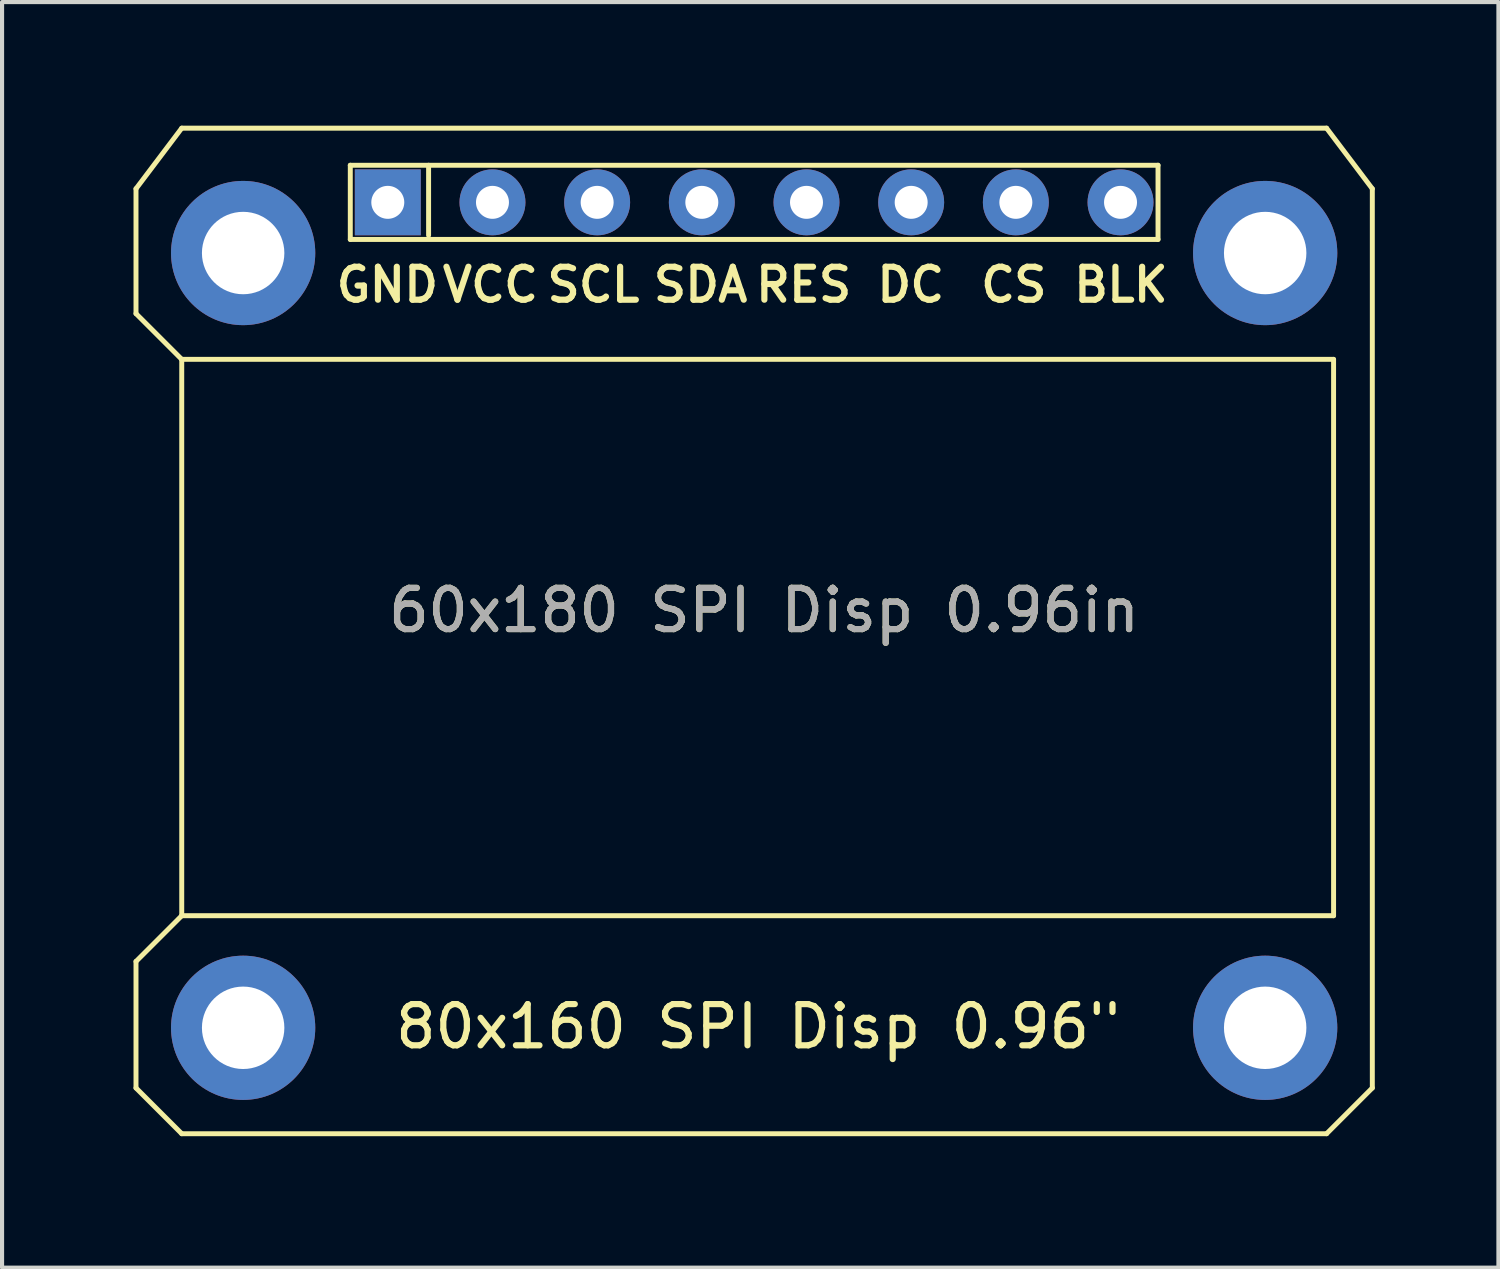
<source format=kicad_pcb>
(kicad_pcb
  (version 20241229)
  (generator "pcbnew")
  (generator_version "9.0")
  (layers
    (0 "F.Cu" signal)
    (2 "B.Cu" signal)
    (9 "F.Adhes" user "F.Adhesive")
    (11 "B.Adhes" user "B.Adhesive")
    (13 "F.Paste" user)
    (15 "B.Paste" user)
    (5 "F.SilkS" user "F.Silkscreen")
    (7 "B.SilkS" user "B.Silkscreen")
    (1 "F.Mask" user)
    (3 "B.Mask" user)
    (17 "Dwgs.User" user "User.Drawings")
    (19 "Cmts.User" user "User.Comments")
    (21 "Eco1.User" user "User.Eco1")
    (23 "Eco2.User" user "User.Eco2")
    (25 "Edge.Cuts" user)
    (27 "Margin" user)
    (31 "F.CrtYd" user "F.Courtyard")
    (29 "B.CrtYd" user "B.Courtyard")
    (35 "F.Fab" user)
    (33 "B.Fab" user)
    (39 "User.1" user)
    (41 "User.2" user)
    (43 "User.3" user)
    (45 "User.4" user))
  (footprint "60x180 SPI Disp 0.96in"
    (layer "F.Cu")
    (at 0.25 24.46)
    (property "Reference" "60x180 SPI Disp 0.96in" (at 15.24 -12.7 0) (unlocked yes) (layer "F.SilkS") (effects (font (size 1 1) (thickness 0.15))))
    (attr smd)
    (fp_line (start 0 -22.93) (end 0 -19.9) (stroke (width 0.12) (type solid)) (layer "F.SilkS"))
    (fp_line (start 0 -1.11) (end 0 -4.18) (stroke (width 0.12) (type solid)) (layer "F.SilkS"))
    (fp_line (start 0 -1.11) (end 1.11 0) (stroke (width 0.12) (type solid)) (layer "F.SilkS"))
    (fp_line (start 1.11 -24.4) (end 0 -22.93) (stroke (width 0.12) (type solid)) (layer "F.SilkS"))
    (fp_line (start 1.11 -24.4) (end 28.89 -24.4) (stroke (width 0.12) (type solid)) (layer "F.SilkS"))
    (fp_line (start 1.11 -18.79) (end 0 -19.9) (stroke (width 0.12) (type solid)) (layer "F.SilkS"))
    (fp_line (start 1.11 -18.79) (end 29.06 -18.79) (stroke (width 0.12) (type solid)) (layer "F.SilkS"))
    (fp_line (start 1.11 -5.29) (end 0 -4.18) (stroke (width 0.12) (type solid)) (layer "F.SilkS"))
    (fp_line (start 1.11 -5.29) (end 1.11 -18.79) (stroke (width 0.12) (type solid)) (layer "F.SilkS"))
    (fp_line (start 1.11 0) (end 28.89 0) (stroke (width 0.12) (type solid)) (layer "F.SilkS"))
    (fp_line (start 5.2 -23.5) (end 24.8 -23.5) (stroke (width 0.12) (type solid)) (layer "F.SilkS"))
    (fp_line (start 5.2 -21.7) (end 5.2 -23.5) (stroke (width 0.12) (type solid)) (layer "F.SilkS"))
    (fp_line (start 7.1 -23.5) (end 7.1 -21.8) (stroke (width 0.12) (type solid)) (layer "F.SilkS"))
    (fp_line (start 24.8 -23.5) (end 24.8 -21.7) (stroke (width 0.12) (type solid)) (layer "F.SilkS"))
    (fp_line (start 24.8 -21.7) (end 5.2 -21.7) (stroke (width 0.12) (type solid)) (layer "F.SilkS"))
    (fp_line (start 28.89 -24.4) (end 30 -22.93) (stroke (width 0.12) (type solid)) (layer "F.SilkS"))
    (fp_line (start 28.89 0) (end 30 -1.11) (stroke (width 0.12) (type solid)) (layer "F.SilkS"))
    (fp_line (start 29.06 -18.79) (end 29.06 -5.29) (stroke (width 0.12) (type solid)) (layer "F.SilkS"))
    (fp_line (start 29.06 -5.29) (end 1.11 -5.29) (stroke (width 0.12) (type solid)) (layer "F.SilkS"))
    (fp_line (start 30 -22.93) (end 30 -1.11) (stroke (width 0.12) (type solid)) (layer "F.SilkS"))
    (fp_text user "GND" (at 6.1 -20.6 0) (unlocked yes) (layer "F.SilkS") (effects (font (size 0.8 0.8) (thickness 0.15))))
    (fp_text user "SDA" (at 13.7 -20.6 0) (unlocked yes) (layer "F.SilkS") (effects (font (size 0.8 0.8) (thickness 0.15))))
    (fp_text user "SCL" (at 11.1 -20.6 0) (unlocked yes) (layer "F.SilkS") (effects (font (size 0.8 0.8) (thickness 0.15))))
    (fp_text user "DC" (at 18.8 -20.6 0) (unlocked yes) (layer "F.SilkS") (effects (font (size 0.8 0.8) (thickness 0.15))))
    (fp_text user "VCC" (at 8.6 -20.6 0) (unlocked yes) (layer "F.SilkS") (effects (font (size 0.8 0.8) (thickness 0.15))))
    (fp_text user "CS" (at 21.3 -20.6 0) (unlocked yes) (layer "F.SilkS") (effects (font (size 0.8 0.8) (thickness 0.15))))
    (fp_text user "RES" (at 16.2 -20.6 0) (unlocked yes) (layer "F.SilkS") (effects (font (size 0.8 0.8) (thickness 0.15))))
    (fp_text user "80x160 SPI Disp 0.96\"" (at 15.1 -2.6 0) (unlocked yes) (layer "F.SilkS") (effects (font (size 1 1) (thickness 0.15))))
    (fp_text user "BLK" (at 23.9 -20.6 0) (unlocked yes) (layer "F.SilkS") (effects (font (size 0.8 0.8) (thickness 0.15))))
    (fp_text user "${REFERENCE}" (at 15.24 -12.7 0) (unlocked yes) (layer "F.Fab") (effects (font (size 1 1) (thickness 0.15))))
    (pad "1" thru_hole rect (at 6.11 -22.6) (size 1.6 1.6) (drill 0.8) (layers "*.Cu" "*.Mask"))
    (pad "2" thru_hole circle (at 8.65 -22.6) (size 1.6 1.6) (drill 0.8) (layers "*.Cu" "*.Mask"))
    (pad "3" thru_hole circle (at 11.19 -22.6) (size 1.6 1.6) (drill 0.8) (layers "*.Cu" "*.Mask"))
    (pad "4" thru_hole circle (at 13.73 -22.6) (size 1.6 1.6) (drill 0.8) (layers "*.Cu" "*.Mask"))
    (pad "5" thru_hole circle (at 16.27 -22.6) (size 1.6 1.6) (drill 0.8) (layers "*.Cu" "*.Mask"))
    (pad "6" thru_hole circle (at 18.81 -22.6) (size 1.6 1.6) (drill 0.8) (layers "*.Cu" "*.Mask"))
    (pad "7" thru_hole circle (at 21.35 -22.6) (size 1.6 1.6) (drill 0.8) (layers "*.Cu" "*.Mask"))
    (pad "8" thru_hole circle (at 23.89 -22.6) (size 1.6 1.6) (drill 0.8) (layers "*.Cu" "*.Mask"))
    (pad "9" thru_hole circle (at 2.6 -21.37) (size 3.5 3.5) (drill 2) (layers "*.Cu" "*.Mask"))
    (pad "9" thru_hole circle (at 2.6 -2.57) (size 3.5 3.5) (drill 2) (layers "*.Cu" "*.Mask"))
    (pad "9" thru_hole circle (at 27.4 -21.37) (size 3.5 3.5) (drill 2) (layers "*.Cu" "*.Mask"))
    (pad "9" thru_hole circle (at 27.4 -2.57) (size 3.5 3.5) (drill 2) (layers "*.Cu" "*.Mask")))
  (gr_rect
    (start -3 -3)
    (end 33.31 27.71)
    (stroke (width 0.1) (type default))
    (fill no)
    (layer "Edge.Cuts")))
</source>
